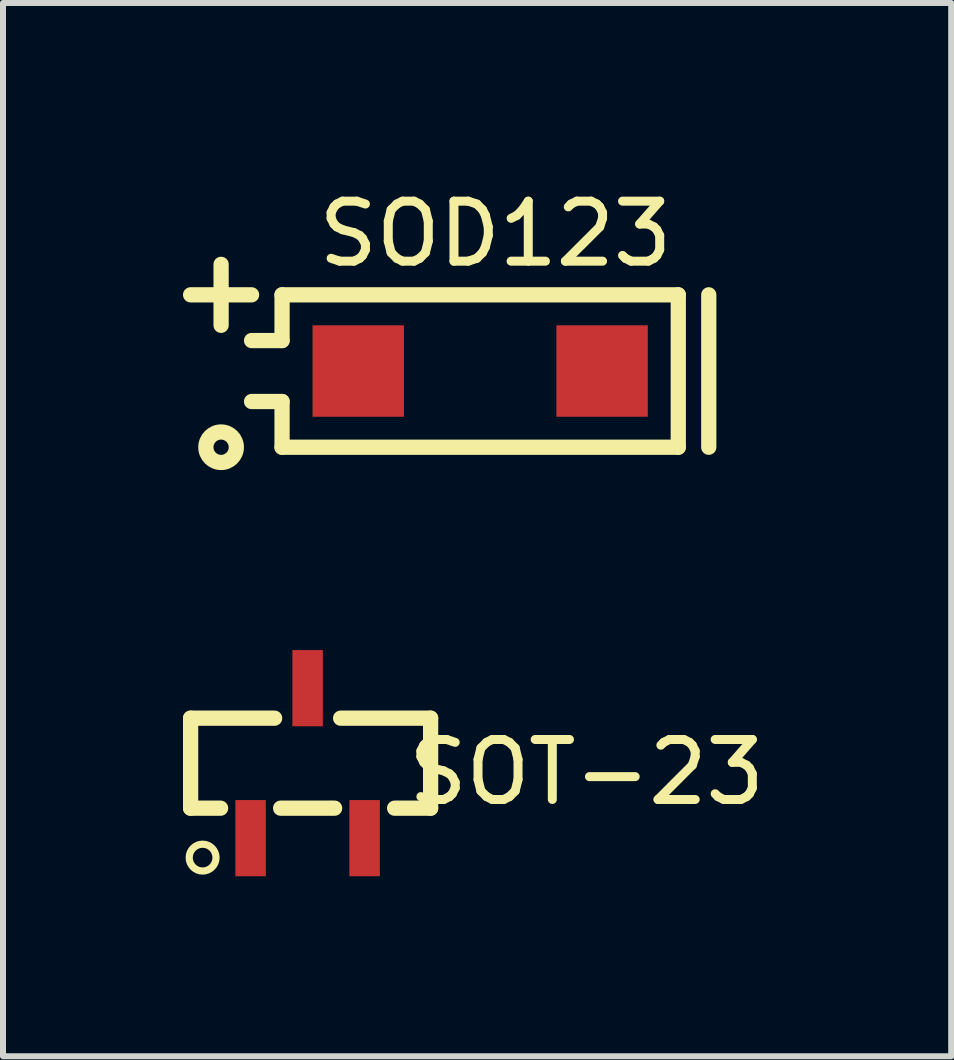
<source format=kicad_pcb>
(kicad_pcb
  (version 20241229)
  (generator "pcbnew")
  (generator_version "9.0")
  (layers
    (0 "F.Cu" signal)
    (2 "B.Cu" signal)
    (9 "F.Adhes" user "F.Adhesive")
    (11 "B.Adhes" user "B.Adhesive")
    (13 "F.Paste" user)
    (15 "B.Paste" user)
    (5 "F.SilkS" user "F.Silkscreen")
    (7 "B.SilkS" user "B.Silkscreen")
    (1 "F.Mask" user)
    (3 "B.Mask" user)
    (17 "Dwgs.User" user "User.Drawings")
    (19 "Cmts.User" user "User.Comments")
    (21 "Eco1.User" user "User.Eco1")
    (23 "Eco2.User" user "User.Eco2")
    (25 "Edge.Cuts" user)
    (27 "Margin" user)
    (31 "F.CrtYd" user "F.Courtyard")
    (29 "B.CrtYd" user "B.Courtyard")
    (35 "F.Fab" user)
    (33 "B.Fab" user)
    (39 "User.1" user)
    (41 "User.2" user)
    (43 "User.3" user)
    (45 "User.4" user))
  (footprint "SOT-23"
    (layer "F.Cu")
    (at 2.127 9.82)
    (property "Reference" "SOT-23" (at 4.6 0 0) (layer "F.SilkS") (effects (font (size 1 1) (thickness 0.15))))
    (attr through_hole)
    (fp_line (start -2 -0.9) (end -2 0.6) (stroke (width 0.254) (type solid)) (layer "F.SilkS"))
    (fp_line (start -2 0.6) (end -1.5 0.6) (stroke (width 0.254) (type solid)) (layer "F.SilkS"))
    (fp_line (start -0.6 -0.9) (end -2 -0.9) (stroke (width 0.254) (type solid)) (layer "F.SilkS"))
    (fp_line (start -0.5 0.6) (end 0.4 0.6) (stroke (width 0.254) (type solid)) (layer "F.SilkS"))
    (fp_line (start 1.4 0.6) (end 2 0.6) (stroke (width 0.254) (type solid)) (layer "F.SilkS"))
    (fp_line (start 2 -0.9) (end 0.5 -0.9) (stroke (width 0.254) (type solid)) (layer "F.SilkS"))
    (fp_line (start 2 0.6) (end 2 -0.9) (stroke (width 0.254) (type solid)) (layer "F.SilkS"))
    (fp_circle (center -1.8 1.424) (end -1.6 1.524) (stroke (width 0.12) (type solid)) (fill no) (layer "F.SilkS"))
    (pad "1" smd rect (at -1 1.1) (size 0.508 1.27) (layers "F.Cu" "F.Mask" "F.Paste"))
    (pad "2" smd rect (at -0.05 -1.4) (size 0.508 1.27) (layers "F.Cu" "F.Mask" "F.Paste"))
    (pad "3" smd rect (at 0.9 1.1) (size 0.508 1.27) (layers "F.Cu" "F.Mask" "F.Paste")))
  (footprint "SOD123"
    (layer "F.Cu")
    (at 2.921 3.134)
    (property "Reference" "SOD123" (at 2.286 -2.286 0) (layer "F.SilkS") (effects (font (size 1 1) (thickness 0.15))))
    (attr through_hole)
    (fp_line (start -2.794 -1.27) (end -1.778 -1.27) (stroke (width 0.254) (type solid)) (layer "F.SilkS"))
    (fp_line (start -2.286 -1.778) (end -2.286 -0.762) (stroke (width 0.254) (type solid)) (layer "F.SilkS"))
    (fp_line (start -1.778 -0.508) (end -1.27 -0.508) (stroke (width 0.254) (type solid)) (layer "F.SilkS"))
    (fp_line (start -1.27 -1.27) (end 5.334 -1.27) (stroke (width 0.254) (type solid)) (layer "F.SilkS"))
    (fp_line (start -1.27 -0.508) (end -1.27 -1.27) (stroke (width 0.254) (type solid)) (layer "F.SilkS"))
    (fp_line (start -1.27 0.508) (end -1.778 0.508) (stroke (width 0.254) (type solid)) (layer "F.SilkS"))
    (fp_line (start -1.27 1.27) (end -1.27 0.508) (stroke (width 0.254) (type solid)) (layer "F.SilkS"))
    (fp_line (start 5.334 -1.27) (end 5.334 1.27) (stroke (width 0.254) (type solid)) (layer "F.SilkS"))
    (fp_line (start 5.334 1.27) (end -1.27 1.27) (stroke (width 0.254) (type solid)) (layer "F.SilkS"))
    (fp_line (start 5.842 -1.27) (end 5.842 1.27) (stroke (width 0.254) (type solid)) (layer "F.SilkS"))
    (fp_circle (center -2.286 1.27) (end -2.032 1.27) (stroke (width 0.254) (type solid)) (fill no) (layer "F.SilkS"))
    (pad "1" smd rect (at 0 0) (size 1.524 1.524) (layers "F.Cu" "F.Mask" "F.Paste"))
    (pad "2" smd rect (at 4.064 0) (size 1.524 1.524) (layers "F.Cu" "F.Mask" "F.Paste")))
  (gr_rect
    (start -3 -3)
    (end 12.804 14.555)
    (stroke (width 0.1) (type default))
    (fill no)
    (layer "Edge.Cuts")))
</source>
